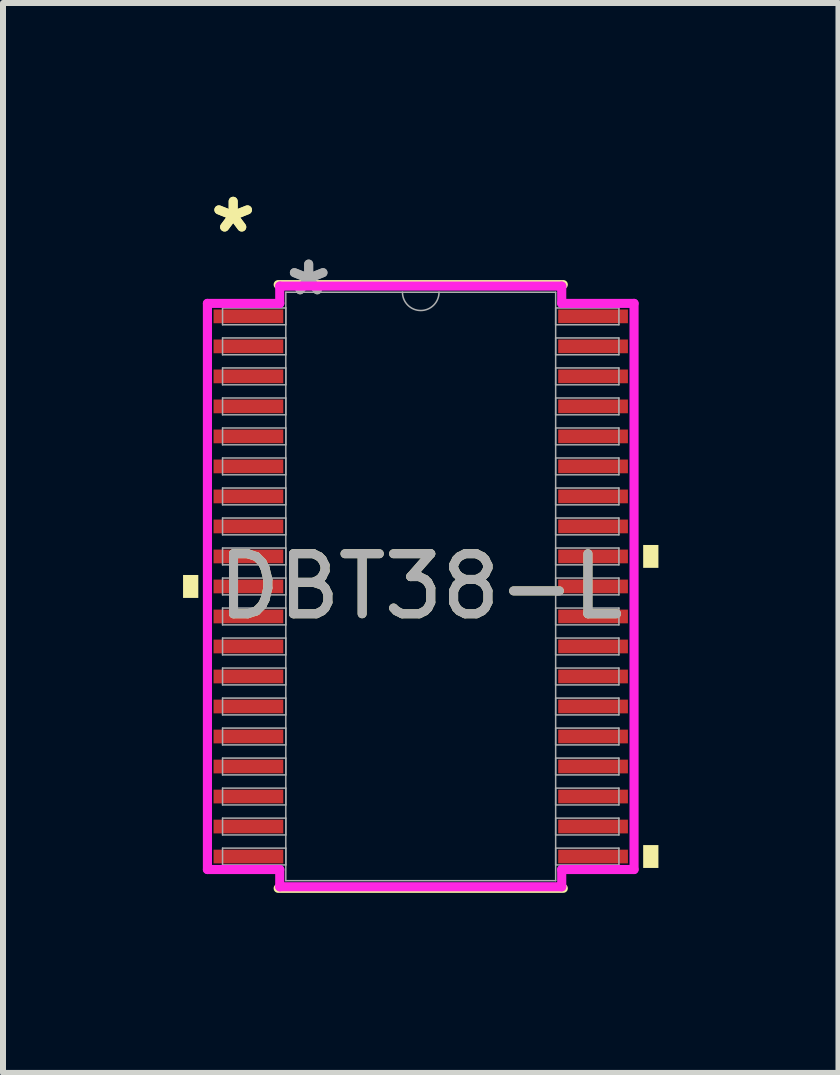
<source format=kicad_pcb>
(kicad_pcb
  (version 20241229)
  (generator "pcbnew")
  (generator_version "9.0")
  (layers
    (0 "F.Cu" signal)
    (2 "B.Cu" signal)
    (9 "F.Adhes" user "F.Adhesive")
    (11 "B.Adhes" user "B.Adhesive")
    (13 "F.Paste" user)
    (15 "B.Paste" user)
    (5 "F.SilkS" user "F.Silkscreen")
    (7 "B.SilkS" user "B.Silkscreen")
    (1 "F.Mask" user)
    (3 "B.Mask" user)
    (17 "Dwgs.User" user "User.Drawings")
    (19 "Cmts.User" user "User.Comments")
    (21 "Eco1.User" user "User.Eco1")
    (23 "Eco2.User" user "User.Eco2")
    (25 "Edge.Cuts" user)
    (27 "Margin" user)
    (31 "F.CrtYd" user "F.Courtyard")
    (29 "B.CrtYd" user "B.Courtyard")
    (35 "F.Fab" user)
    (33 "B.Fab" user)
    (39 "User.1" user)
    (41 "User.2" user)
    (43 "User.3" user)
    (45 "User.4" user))
  (footprint "DBT38-L"
    (layer "F.Cu")
    (at 3.96 6.721)
    (property "Reference" "DBT38-L" (at 0 0 0) (unlocked yes) (layer "F.SilkS") (effects (font (size 1 1) (thickness 0.15))))
    (attr smd)
    (fp_line (start -2.375 5.029) (end 2.375 5.029) (stroke (width 0.152) (type solid)) (layer "F.SilkS"))
    (fp_line (start 2.375 -5.029) (end -2.375 -5.029) (stroke (width 0.152) (type solid)) (layer "F.SilkS"))
    (fp_poly (pts (xy -3.96 -0.191) (xy -3.96 0.191) (xy -3.706 0.191) (xy -3.706 -0.191)) (stroke (width 0) (type solid)) (fill yes) (layer "F.SilkS"))
    (fp_poly (pts (xy 3.96 -0.691) (xy 3.96 -0.31) (xy 3.706 -0.31) (xy 3.706 -0.691)) (stroke (width 0) (type solid)) (fill yes) (layer "F.SilkS"))
    (fp_poly (pts (xy 3.96 4.309) (xy 3.96 4.69) (xy 3.706 4.69) (xy 3.706 4.309)) (stroke (width 0) (type solid)) (fill yes) (layer "F.SilkS"))
    (fp_line (start -3.554 -4.716) (end -2.349 -4.716) (stroke (width 0.152) (type solid)) (layer "F.CrtYd"))
    (fp_line (start -3.554 4.716) (end -3.554 -4.716) (stroke (width 0.152) (type solid)) (layer "F.CrtYd"))
    (fp_line (start -3.554 4.716) (end -2.349 4.716) (stroke (width 0.152) (type solid)) (layer "F.CrtYd"))
    (fp_line (start -2.349 -5.004) (end 2.349 -5.004) (stroke (width 0.152) (type solid)) (layer "F.CrtYd"))
    (fp_line (start -2.349 -4.716) (end -2.349 -5.004) (stroke (width 0.152) (type solid)) (layer "F.CrtYd"))
    (fp_line (start -2.349 5.004) (end -2.349 4.716) (stroke (width 0.152) (type solid)) (layer "F.CrtYd"))
    (fp_line (start 2.349 -5.004) (end 2.349 -4.716) (stroke (width 0.152) (type solid)) (layer "F.CrtYd"))
    (fp_line (start 2.349 4.716) (end 2.349 5.004) (stroke (width 0.152) (type solid)) (layer "F.CrtYd"))
    (fp_line (start 2.349 5.004) (end -2.349 5.004) (stroke (width 0.152) (type solid)) (layer "F.CrtYd"))
    (fp_line (start 3.554 -4.716) (end 2.349 -4.716) (stroke (width 0.152) (type solid)) (layer "F.CrtYd"))
    (fp_line (start 3.554 -4.716) (end 3.554 4.716) (stroke (width 0.152) (type solid)) (layer "F.CrtYd"))
    (fp_line (start 3.554 4.716) (end 2.349 4.716) (stroke (width 0.152) (type solid)) (layer "F.CrtYd"))
    (fp_line (start -3.302 -4.64) (end -3.302 -4.36) (stroke (width 0.025) (type solid)) (layer "F.Fab"))
    (fp_line (start -3.302 -4.36) (end -2.248 -4.36) (stroke (width 0.025) (type solid)) (layer "F.Fab"))
    (fp_line (start -3.302 -4.14) (end -3.302 -3.86) (stroke (width 0.025) (type solid)) (layer "F.Fab"))
    (fp_line (start -3.302 -3.86) (end -2.248 -3.86) (stroke (width 0.025) (type solid)) (layer "F.Fab"))
    (fp_line (start -3.302 -3.64) (end -3.302 -3.36) (stroke (width 0.025) (type solid)) (layer "F.Fab"))
    (fp_line (start -3.302 -3.36) (end -2.248 -3.36) (stroke (width 0.025) (type solid)) (layer "F.Fab"))
    (fp_line (start -3.302 -3.14) (end -3.302 -2.86) (stroke (width 0.025) (type solid)) (layer "F.Fab"))
    (fp_line (start -3.302 -2.86) (end -2.248 -2.86) (stroke (width 0.025) (type solid)) (layer "F.Fab"))
    (fp_line (start -3.302 -2.64) (end -3.302 -2.36) (stroke (width 0.025) (type solid)) (layer "F.Fab"))
    (fp_line (start -3.302 -2.36) (end -2.248 -2.36) (stroke (width 0.025) (type solid)) (layer "F.Fab"))
    (fp_line (start -3.302 -2.14) (end -3.302 -1.86) (stroke (width 0.025) (type solid)) (layer "F.Fab"))
    (fp_line (start -3.302 -1.86) (end -2.248 -1.86) (stroke (width 0.025) (type solid)) (layer "F.Fab"))
    (fp_line (start -3.302 -1.64) (end -3.302 -1.36) (stroke (width 0.025) (type solid)) (layer "F.Fab"))
    (fp_line (start -3.302 -1.36) (end -2.248 -1.36) (stroke (width 0.025) (type solid)) (layer "F.Fab"))
    (fp_line (start -3.302 -1.14) (end -3.302 -0.86) (stroke (width 0.025) (type solid)) (layer "F.Fab"))
    (fp_line (start -3.302 -0.86) (end -2.248 -0.86) (stroke (width 0.025) (type solid)) (layer "F.Fab"))
    (fp_line (start -3.302 -0.64) (end -3.302 -0.36) (stroke (width 0.025) (type solid)) (layer "F.Fab"))
    (fp_line (start -3.302 -0.36) (end -2.248 -0.36) (stroke (width 0.025) (type solid)) (layer "F.Fab"))
    (fp_line (start -3.302 -0.14) (end -3.302 0.14) (stroke (width 0.025) (type solid)) (layer "F.Fab"))
    (fp_line (start -3.302 0.14) (end -2.248 0.14) (stroke (width 0.025) (type solid)) (layer "F.Fab"))
    (fp_line (start -3.302 0.36) (end -3.302 0.64) (stroke (width 0.025) (type solid)) (layer "F.Fab"))
    (fp_line (start -3.302 0.64) (end -2.248 0.64) (stroke (width 0.025) (type solid)) (layer "F.Fab"))
    (fp_line (start -3.302 0.86) (end -3.302 1.14) (stroke (width 0.025) (type solid)) (layer "F.Fab"))
    (fp_line (start -3.302 1.14) (end -2.248 1.14) (stroke (width 0.025) (type solid)) (layer "F.Fab"))
    (fp_line (start -3.302 1.36) (end -3.302 1.64) (stroke (width 0.025) (type solid)) (layer "F.Fab"))
    (fp_line (start -3.302 1.64) (end -2.248 1.64) (stroke (width 0.025) (type solid)) (layer "F.Fab"))
    (fp_line (start -3.302 1.86) (end -3.302 2.14) (stroke (width 0.025) (type solid)) (layer "F.Fab"))
    (fp_line (start -3.302 2.14) (end -2.248 2.14) (stroke (width 0.025) (type solid)) (layer "F.Fab"))
    (fp_line (start -3.302 2.36) (end -3.302 2.64) (stroke (width 0.025) (type solid)) (layer "F.Fab"))
    (fp_line (start -3.302 2.64) (end -2.248 2.64) (stroke (width 0.025) (type solid)) (layer "F.Fab"))
    (fp_line (start -3.302 2.86) (end -3.302 3.14) (stroke (width 0.025) (type solid)) (layer "F.Fab"))
    (fp_line (start -3.302 3.14) (end -2.248 3.14) (stroke (width 0.025) (type solid)) (layer "F.Fab"))
    (fp_line (start -3.302 3.36) (end -3.302 3.64) (stroke (width 0.025) (type solid)) (layer "F.Fab"))
    (fp_line (start -3.302 3.64) (end -2.248 3.64) (stroke (width 0.025) (type solid)) (layer "F.Fab"))
    (fp_line (start -3.302 3.86) (end -3.302 4.14) (stroke (width 0.025) (type solid)) (layer "F.Fab"))
    (fp_line (start -3.302 4.14) (end -2.248 4.14) (stroke (width 0.025) (type solid)) (layer "F.Fab"))
    (fp_line (start -3.302 4.36) (end -3.302 4.64) (stroke (width 0.025) (type solid)) (layer "F.Fab"))
    (fp_line (start -3.302 4.64) (end -2.248 4.64) (stroke (width 0.025) (type solid)) (layer "F.Fab"))
    (fp_line (start -2.248 -4.902) (end -2.248 4.902) (stroke (width 0.025) (type solid)) (layer "F.Fab"))
    (fp_line (start -2.248 -4.64) (end -3.302 -4.64) (stroke (width 0.025) (type solid)) (layer "F.Fab"))
    (fp_line (start -2.248 -4.36) (end -2.248 -4.64) (stroke (width 0.025) (type solid)) (layer "F.Fab"))
    (fp_line (start -2.248 -4.14) (end -3.302 -4.14) (stroke (width 0.025) (type solid)) (layer "F.Fab"))
    (fp_line (start -2.248 -3.86) (end -2.248 -4.14) (stroke (width 0.025) (type solid)) (layer "F.Fab"))
    (fp_line (start -2.248 -3.64) (end -3.302 -3.64) (stroke (width 0.025) (type solid)) (layer "F.Fab"))
    (fp_line (start -2.248 -3.36) (end -2.248 -3.64) (stroke (width 0.025) (type solid)) (layer "F.Fab"))
    (fp_line (start -2.248 -3.14) (end -3.302 -3.14) (stroke (width 0.025) (type solid)) (layer "F.Fab"))
    (fp_line (start -2.248 -2.86) (end -2.248 -3.14) (stroke (width 0.025) (type solid)) (layer "F.Fab"))
    (fp_line (start -2.248 -2.64) (end -3.302 -2.64) (stroke (width 0.025) (type solid)) (layer "F.Fab"))
    (fp_line (start -2.248 -2.36) (end -2.248 -2.64) (stroke (width 0.025) (type solid)) (layer "F.Fab"))
    (fp_line (start -2.248 -2.14) (end -3.302 -2.14) (stroke (width 0.025) (type solid)) (layer "F.Fab"))
    (fp_line (start -2.248 -1.86) (end -2.248 -2.14) (stroke (width 0.025) (type solid)) (layer "F.Fab"))
    (fp_line (start -2.248 -1.64) (end -3.302 -1.64) (stroke (width 0.025) (type solid)) (layer "F.Fab"))
    (fp_line (start -2.248 -1.36) (end -2.248 -1.64) (stroke (width 0.025) (type solid)) (layer "F.Fab"))
    (fp_line (start -2.248 -1.14) (end -3.302 -1.14) (stroke (width 0.025) (type solid)) (layer "F.Fab"))
    (fp_line (start -2.248 -0.86) (end -2.248 -1.14) (stroke (width 0.025) (type solid)) (layer "F.Fab"))
    (fp_line (start -2.248 -0.64) (end -3.302 -0.64) (stroke (width 0.025) (type solid)) (layer "F.Fab"))
    (fp_line (start -2.248 -0.36) (end -2.248 -0.64) (stroke (width 0.025) (type solid)) (layer "F.Fab"))
    (fp_line (start -2.248 -0.14) (end -3.302 -0.14) (stroke (width 0.025) (type solid)) (layer "F.Fab"))
    (fp_line (start -2.248 0.14) (end -2.248 -0.14) (stroke (width 0.025) (type solid)) (layer "F.Fab"))
    (fp_line (start -2.248 0.36) (end -3.302 0.36) (stroke (width 0.025) (type solid)) (layer "F.Fab"))
    (fp_line (start -2.248 0.64) (end -2.248 0.36) (stroke (width 0.025) (type solid)) (layer "F.Fab"))
    (fp_line (start -2.248 0.86) (end -3.302 0.86) (stroke (width 0.025) (type solid)) (layer "F.Fab"))
    (fp_line (start -2.248 1.14) (end -2.248 0.86) (stroke (width 0.025) (type solid)) (layer "F.Fab"))
    (fp_line (start -2.248 1.36) (end -3.302 1.36) (stroke (width 0.025) (type solid)) (layer "F.Fab"))
    (fp_line (start -2.248 1.64) (end -2.248 1.36) (stroke (width 0.025) (type solid)) (layer "F.Fab"))
    (fp_line (start -2.248 1.86) (end -3.302 1.86) (stroke (width 0.025) (type solid)) (layer "F.Fab"))
    (fp_line (start -2.248 2.14) (end -2.248 1.86) (stroke (width 0.025) (type solid)) (layer "F.Fab"))
    (fp_line (start -2.248 2.36) (end -3.302 2.36) (stroke (width 0.025) (type solid)) (layer "F.Fab"))
    (fp_line (start -2.248 2.64) (end -2.248 2.36) (stroke (width 0.025) (type solid)) (layer "F.Fab"))
    (fp_line (start -2.248 2.86) (end -3.302 2.86) (stroke (width 0.025) (type solid)) (layer "F.Fab"))
    (fp_line (start -2.248 3.14) (end -2.248 2.86) (stroke (width 0.025) (type solid)) (layer "F.Fab"))
    (fp_line (start -2.248 3.36) (end -3.302 3.36) (stroke (width 0.025) (type solid)) (layer "F.Fab"))
    (fp_line (start -2.248 3.64) (end -2.248 3.36) (stroke (width 0.025) (type solid)) (layer "F.Fab"))
    (fp_line (start -2.248 3.86) (end -3.302 3.86) (stroke (width 0.025) (type solid)) (layer "F.Fab"))
    (fp_line (start -2.248 4.14) (end -2.248 3.86) (stroke (width 0.025) (type solid)) (layer "F.Fab"))
    (fp_line (start -2.248 4.36) (end -3.302 4.36) (stroke (width 0.025) (type solid)) (layer "F.Fab"))
    (fp_line (start -2.248 4.64) (end -2.248 4.36) (stroke (width 0.025) (type solid)) (layer "F.Fab"))
    (fp_line (start -2.248 4.902) (end 2.248 4.902) (stroke (width 0.025) (type solid)) (layer "F.Fab"))
    (fp_line (start 2.248 -4.902) (end -2.248 -4.902) (stroke (width 0.025) (type solid)) (layer "F.Fab"))
    (fp_line (start 2.248 -4.64) (end 2.248 -4.36) (stroke (width 0.025) (type solid)) (layer "F.Fab"))
    (fp_line (start 2.248 -4.36) (end 3.302 -4.36) (stroke (width 0.025) (type solid)) (layer "F.Fab"))
    (fp_line (start 2.248 -4.14) (end 2.248 -3.86) (stroke (width 0.025) (type solid)) (layer "F.Fab"))
    (fp_line (start 2.248 -3.86) (end 3.302 -3.86) (stroke (width 0.025) (type solid)) (layer "F.Fab"))
    (fp_line (start 2.248 -3.64) (end 2.248 -3.36) (stroke (width 0.025) (type solid)) (layer "F.Fab"))
    (fp_line (start 2.248 -3.36) (end 3.302 -3.36) (stroke (width 0.025) (type solid)) (layer "F.Fab"))
    (fp_line (start 2.248 -3.14) (end 2.248 -2.86) (stroke (width 0.025) (type solid)) (layer "F.Fab"))
    (fp_line (start 2.248 -2.86) (end 3.302 -2.86) (stroke (width 0.025) (type solid)) (layer "F.Fab"))
    (fp_line (start 2.248 -2.64) (end 2.248 -2.36) (stroke (width 0.025) (type solid)) (layer "F.Fab"))
    (fp_line (start 2.248 -2.36) (end 3.302 -2.36) (stroke (width 0.025) (type solid)) (layer "F.Fab"))
    (fp_line (start 2.248 -2.14) (end 2.248 -1.86) (stroke (width 0.025) (type solid)) (layer "F.Fab"))
    (fp_line (start 2.248 -1.86) (end 3.302 -1.86) (stroke (width 0.025) (type solid)) (layer "F.Fab"))
    (fp_line (start 2.248 -1.64) (end 2.248 -1.36) (stroke (width 0.025) (type solid)) (layer "F.Fab"))
    (fp_line (start 2.248 -1.36) (end 3.302 -1.36) (stroke (width 0.025) (type solid)) (layer "F.Fab"))
    (fp_line (start 2.248 -1.14) (end 2.248 -0.86) (stroke (width 0.025) (type solid)) (layer "F.Fab"))
    (fp_line (start 2.248 -0.86) (end 3.302 -0.86) (stroke (width 0.025) (type solid)) (layer "F.Fab"))
    (fp_line (start 2.248 -0.64) (end 2.248 -0.36) (stroke (width 0.025) (type solid)) (layer "F.Fab"))
    (fp_line (start 2.248 -0.36) (end 3.302 -0.36) (stroke (width 0.025) (type solid)) (layer "F.Fab"))
    (fp_line (start 2.248 -0.14) (end 2.248 0.14) (stroke (width 0.025) (type solid)) (layer "F.Fab"))
    (fp_line (start 2.248 0.14) (end 3.302 0.14) (stroke (width 0.025) (type solid)) (layer "F.Fab"))
    (fp_line (start 2.248 0.36) (end 2.248 0.64) (stroke (width 0.025) (type solid)) (layer "F.Fab"))
    (fp_line (start 2.248 0.64) (end 3.302 0.64) (stroke (width 0.025) (type solid)) (layer "F.Fab"))
    (fp_line (start 2.248 0.86) (end 2.248 1.14) (stroke (width 0.025) (type solid)) (layer "F.Fab"))
    (fp_line (start 2.248 1.14) (end 3.302 1.14) (stroke (width 0.025) (type solid)) (layer "F.Fab"))
    (fp_line (start 2.248 1.36) (end 2.248 1.64) (stroke (width 0.025) (type solid)) (layer "F.Fab"))
    (fp_line (start 2.248 1.64) (end 3.302 1.64) (stroke (width 0.025) (type solid)) (layer "F.Fab"))
    (fp_line (start 2.248 1.86) (end 2.248 2.14) (stroke (width 0.025) (type solid)) (layer "F.Fab"))
    (fp_line (start 2.248 2.14) (end 3.302 2.14) (stroke (width 0.025) (type solid)) (layer "F.Fab"))
    (fp_line (start 2.248 2.36) (end 2.248 2.64) (stroke (width 0.025) (type solid)) (layer "F.Fab"))
    (fp_line (start 2.248 2.64) (end 3.302 2.64) (stroke (width 0.025) (type solid)) (layer "F.Fab"))
    (fp_line (start 2.248 2.86) (end 2.248 3.14) (stroke (width 0.025) (type solid)) (layer "F.Fab"))
    (fp_line (start 2.248 3.14) (end 3.302 3.14) (stroke (width 0.025) (type solid)) (layer "F.Fab"))
    (fp_line (start 2.248 3.36) (end 2.248 3.64) (stroke (width 0.025) (type solid)) (layer "F.Fab"))
    (fp_line (start 2.248 3.64) (end 3.302 3.64) (stroke (width 0.025) (type solid)) (layer "F.Fab"))
    (fp_line (start 2.248 3.86) (end 2.248 4.14) (stroke (width 0.025) (type solid)) (layer "F.Fab"))
    (fp_line (start 2.248 4.14) (end 3.302 4.14) (stroke (width 0.025) (type solid)) (layer "F.Fab"))
    (fp_line (start 2.248 4.36) (end 2.248 4.64) (stroke (width 0.025) (type solid)) (layer "F.Fab"))
    (fp_line (start 2.248 4.64) (end 3.302 4.64) (stroke (width 0.025) (type solid)) (layer "F.Fab"))
    (fp_line (start 2.248 4.902) (end 2.248 -4.902) (stroke (width 0.025) (type solid)) (layer "F.Fab"))
    (fp_line (start 3.302 -4.64) (end 2.248 -4.64) (stroke (width 0.025) (type solid)) (layer "F.Fab"))
    (fp_line (start 3.302 -4.36) (end 3.302 -4.64) (stroke (width 0.025) (type solid)) (layer "F.Fab"))
    (fp_line (start 3.302 -4.14) (end 2.248 -4.14) (stroke (width 0.025) (type solid)) (layer "F.Fab"))
    (fp_line (start 3.302 -3.86) (end 3.302 -4.14) (stroke (width 0.025) (type solid)) (layer "F.Fab"))
    (fp_line (start 3.302 -3.64) (end 2.248 -3.64) (stroke (width 0.025) (type solid)) (layer "F.Fab"))
    (fp_line (start 3.302 -3.36) (end 3.302 -3.64) (stroke (width 0.025) (type solid)) (layer "F.Fab"))
    (fp_line (start 3.302 -3.14) (end 2.248 -3.14) (stroke (width 0.025) (type solid)) (layer "F.Fab"))
    (fp_line (start 3.302 -2.86) (end 3.302 -3.14) (stroke (width 0.025) (type solid)) (layer "F.Fab"))
    (fp_line (start 3.302 -2.64) (end 2.248 -2.64) (stroke (width 0.025) (type solid)) (layer "F.Fab"))
    (fp_line (start 3.302 -2.36) (end 3.302 -2.64) (stroke (width 0.025) (type solid)) (layer "F.Fab"))
    (fp_line (start 3.302 -2.14) (end 2.248 -2.14) (stroke (width 0.025) (type solid)) (layer "F.Fab"))
    (fp_line (start 3.302 -1.86) (end 3.302 -2.14) (stroke (width 0.025) (type solid)) (layer "F.Fab"))
    (fp_line (start 3.302 -1.64) (end 2.248 -1.64) (stroke (width 0.025) (type solid)) (layer "F.Fab"))
    (fp_line (start 3.302 -1.36) (end 3.302 -1.64) (stroke (width 0.025) (type solid)) (layer "F.Fab"))
    (fp_line (start 3.302 -1.14) (end 2.248 -1.14) (stroke (width 0.025) (type solid)) (layer "F.Fab"))
    (fp_line (start 3.302 -0.86) (end 3.302 -1.14) (stroke (width 0.025) (type solid)) (layer "F.Fab"))
    (fp_line (start 3.302 -0.64) (end 2.248 -0.64) (stroke (width 0.025) (type solid)) (layer "F.Fab"))
    (fp_line (start 3.302 -0.36) (end 3.302 -0.64) (stroke (width 0.025) (type solid)) (layer "F.Fab"))
    (fp_line (start 3.302 -0.14) (end 2.248 -0.14) (stroke (width 0.025) (type solid)) (layer "F.Fab"))
    (fp_line (start 3.302 0.14) (end 3.302 -0.14) (stroke (width 0.025) (type solid)) (layer "F.Fab"))
    (fp_line (start 3.302 0.36) (end 2.248 0.36) (stroke (width 0.025) (type solid)) (layer "F.Fab"))
    (fp_line (start 3.302 0.64) (end 3.302 0.36) (stroke (width 0.025) (type solid)) (layer "F.Fab"))
    (fp_line (start 3.302 0.86) (end 2.248 0.86) (stroke (width 0.025) (type solid)) (layer "F.Fab"))
    (fp_line (start 3.302 1.14) (end 3.302 0.86) (stroke (width 0.025) (type solid)) (layer "F.Fab"))
    (fp_line (start 3.302 1.36) (end 2.248 1.36) (stroke (width 0.025) (type solid)) (layer "F.Fab"))
    (fp_line (start 3.302 1.64) (end 3.302 1.36) (stroke (width 0.025) (type solid)) (layer "F.Fab"))
    (fp_line (start 3.302 1.86) (end 2.248 1.86) (stroke (width 0.025) (type solid)) (layer "F.Fab"))
    (fp_line (start 3.302 2.14) (end 3.302 1.86) (stroke (width 0.025) (type solid)) (layer "F.Fab"))
    (fp_line (start 3.302 2.36) (end 2.248 2.36) (stroke (width 0.025) (type solid)) (layer "F.Fab"))
    (fp_line (start 3.302 2.64) (end 3.302 2.36) (stroke (width 0.025) (type solid)) (layer "F.Fab"))
    (fp_line (start 3.302 2.86) (end 2.248 2.86) (stroke (width 0.025) (type solid)) (layer "F.Fab"))
    (fp_line (start 3.302 3.14) (end 3.302 2.86) (stroke (width 0.025) (type solid)) (layer "F.Fab"))
    (fp_line (start 3.302 3.36) (end 2.248 3.36) (stroke (width 0.025) (type solid)) (layer "F.Fab"))
    (fp_line (start 3.302 3.64) (end 3.302 3.36) (stroke (width 0.025) (type solid)) (layer "F.Fab"))
    (fp_line (start 3.302 3.86) (end 2.248 3.86) (stroke (width 0.025) (type solid)) (layer "F.Fab"))
    (fp_line (start 3.302 4.14) (end 3.302 3.86) (stroke (width 0.025) (type solid)) (layer "F.Fab"))
    (fp_line (start 3.302 4.36) (end 2.248 4.36) (stroke (width 0.025) (type solid)) (layer "F.Fab"))
    (fp_line (start 3.302 4.64) (end 3.302 4.36) (stroke (width 0.025) (type solid)) (layer "F.Fab"))
    (fp_arc (start 0.3048 -4.9022) (mid 0 -4.5974) (end -0.3048 -4.9022) (stroke (width 0.0254) (type solid)) (layer "F.Fab"))
    (fp_text user "*" (at -3.125 -5.872 0) (layer "F.SilkS") (effects (font (size 1 1) (thickness 0.15))))
    (fp_text user "*" (at -3.125 -5.872 0) (unlocked yes) (layer "F.SilkS") (effects (font (size 1 1) (thickness 0.15))))
    (fp_text user "*" (at -1.867 -4.826 0) (unlocked yes) (layer "F.Fab") (effects (font (size 1 1) (thickness 0.15))))
    (fp_text user "*" (at -1.867 -4.826 0) (layer "F.Fab") (effects (font (size 1 1) (thickness 0.15))))
    (fp_text user "${REFERENCE}" (at 0 0 0) (unlocked yes) (layer "F.Fab") (effects (font (size 1 1) (thickness 0.15))))
    (pad "1" smd rect (at -2.871 -4.5) (size 1.162 0.229) (layers "F.Cu" "F.Mask" "F.Paste"))
    (pad "2" smd rect (at -2.871 -4) (size 1.162 0.229) (layers "F.Cu" "F.Mask" "F.Paste"))
    (pad "3" smd rect (at -2.871 -3.5) (size 1.162 0.229) (layers "F.Cu" "F.Mask" "F.Paste"))
    (pad "4" smd rect (at -2.871 -3) (size 1.162 0.229) (layers "F.Cu" "F.Mask" "F.Paste"))
    (pad "5" smd rect (at -2.871 -2.5) (size 1.162 0.229) (layers "F.Cu" "F.Mask" "F.Paste"))
    (pad "6" smd rect (at -2.871 -2) (size 1.162 0.229) (layers "F.Cu" "F.Mask" "F.Paste"))
    (pad "7" smd rect (at -2.871 -1.5) (size 1.162 0.229) (layers "F.Cu" "F.Mask" "F.Paste"))
    (pad "8" smd rect (at -2.871 -1) (size 1.162 0.229) (layers "F.Cu" "F.Mask" "F.Paste"))
    (pad "9" smd rect (at -2.871 -0.5) (size 1.162 0.229) (layers "F.Cu" "F.Mask" "F.Paste"))
    (pad "10" smd rect (at -2.871 0) (size 1.162 0.229) (layers "F.Cu" "F.Mask" "F.Paste"))
    (pad "11" smd rect (at -2.871 0.5) (size 1.162 0.229) (layers "F.Cu" "F.Mask" "F.Paste"))
    (pad "12" smd rect (at -2.871 1) (size 1.162 0.229) (layers "F.Cu" "F.Mask" "F.Paste"))
    (pad "13" smd rect (at -2.871 1.5) (size 1.162 0.229) (layers "F.Cu" "F.Mask" "F.Paste"))
    (pad "14" smd rect (at -2.871 2) (size 1.162 0.229) (layers "F.Cu" "F.Mask" "F.Paste"))
    (pad "15" smd rect (at -2.871 2.5) (size 1.162 0.229) (layers "F.Cu" "F.Mask" "F.Paste"))
    (pad "16" smd rect (at -2.871 3) (size 1.162 0.229) (layers "F.Cu" "F.Mask" "F.Paste"))
    (pad "17" smd rect (at -2.871 3.5) (size 1.162 0.229) (layers "F.Cu" "F.Mask" "F.Paste"))
    (pad "18" smd rect (at -2.871 4) (size 1.162 0.229) (layers "F.Cu" "F.Mask" "F.Paste"))
    (pad "19" smd rect (at -2.871 4.5) (size 1.162 0.229) (layers "F.Cu" "F.Mask" "F.Paste"))
    (pad "20" smd rect (at 2.871 4.5) (size 1.162 0.229) (layers "F.Cu" "F.Mask" "F.Paste"))
    (pad "21" smd rect (at 2.871 4) (size 1.162 0.229) (layers "F.Cu" "F.Mask" "F.Paste"))
    (pad "22" smd rect (at 2.871 3.5) (size 1.162 0.229) (layers "F.Cu" "F.Mask" "F.Paste"))
    (pad "23" smd rect (at 2.871 3) (size 1.162 0.229) (layers "F.Cu" "F.Mask" "F.Paste"))
    (pad "24" smd rect (at 2.871 2.5) (size 1.162 0.229) (layers "F.Cu" "F.Mask" "F.Paste"))
    (pad "25" smd rect (at 2.871 2) (size 1.162 0.229) (layers "F.Cu" "F.Mask" "F.Paste"))
    (pad "26" smd rect (at 2.871 1.5) (size 1.162 0.229) (layers "F.Cu" "F.Mask" "F.Paste"))
    (pad "27" smd rect (at 2.871 1) (size 1.162 0.229) (layers "F.Cu" "F.Mask" "F.Paste"))
    (pad "28" smd rect (at 2.871 0.5) (size 1.162 0.229) (layers "F.Cu" "F.Mask" "F.Paste"))
    (pad "29" smd rect (at 2.871 0) (size 1.162 0.229) (layers "F.Cu" "F.Mask" "F.Paste"))
    (pad "30" smd rect (at 2.871 -0.5) (size 1.162 0.229) (layers "F.Cu" "F.Mask" "F.Paste"))
    (pad "31" smd rect (at 2.871 -1) (size 1.162 0.229) (layers "F.Cu" "F.Mask" "F.Paste"))
    (pad "32" smd rect (at 2.871 -1.5) (size 1.162 0.229) (layers "F.Cu" "F.Mask" "F.Paste"))
    (pad "33" smd rect (at 2.871 -2) (size 1.162 0.229) (layers "F.Cu" "F.Mask" "F.Paste"))
    (pad "34" smd rect (at 2.871 -2.5) (size 1.162 0.229) (layers "F.Cu" "F.Mask" "F.Paste"))
    (pad "35" smd rect (at 2.871 -3) (size 1.162 0.229) (layers "F.Cu" "F.Mask" "F.Paste"))
    (pad "36" smd rect (at 2.871 -3.5) (size 1.162 0.229) (layers "F.Cu" "F.Mask" "F.Paste"))
    (pad "37" smd rect (at 2.871 -4) (size 1.162 0.229) (layers "F.Cu" "F.Mask" "F.Paste"))
    (pad "38" smd rect (at 2.871 -4.5) (size 1.162 0.229) (layers "F.Cu" "F.Mask" "F.Paste")))
  (gr_rect
    (start -3 -3)
    (end 10.92 14.826)
    (stroke (width 0.1) (type default))
    (fill no)
    (layer "Edge.Cuts")))
</source>
